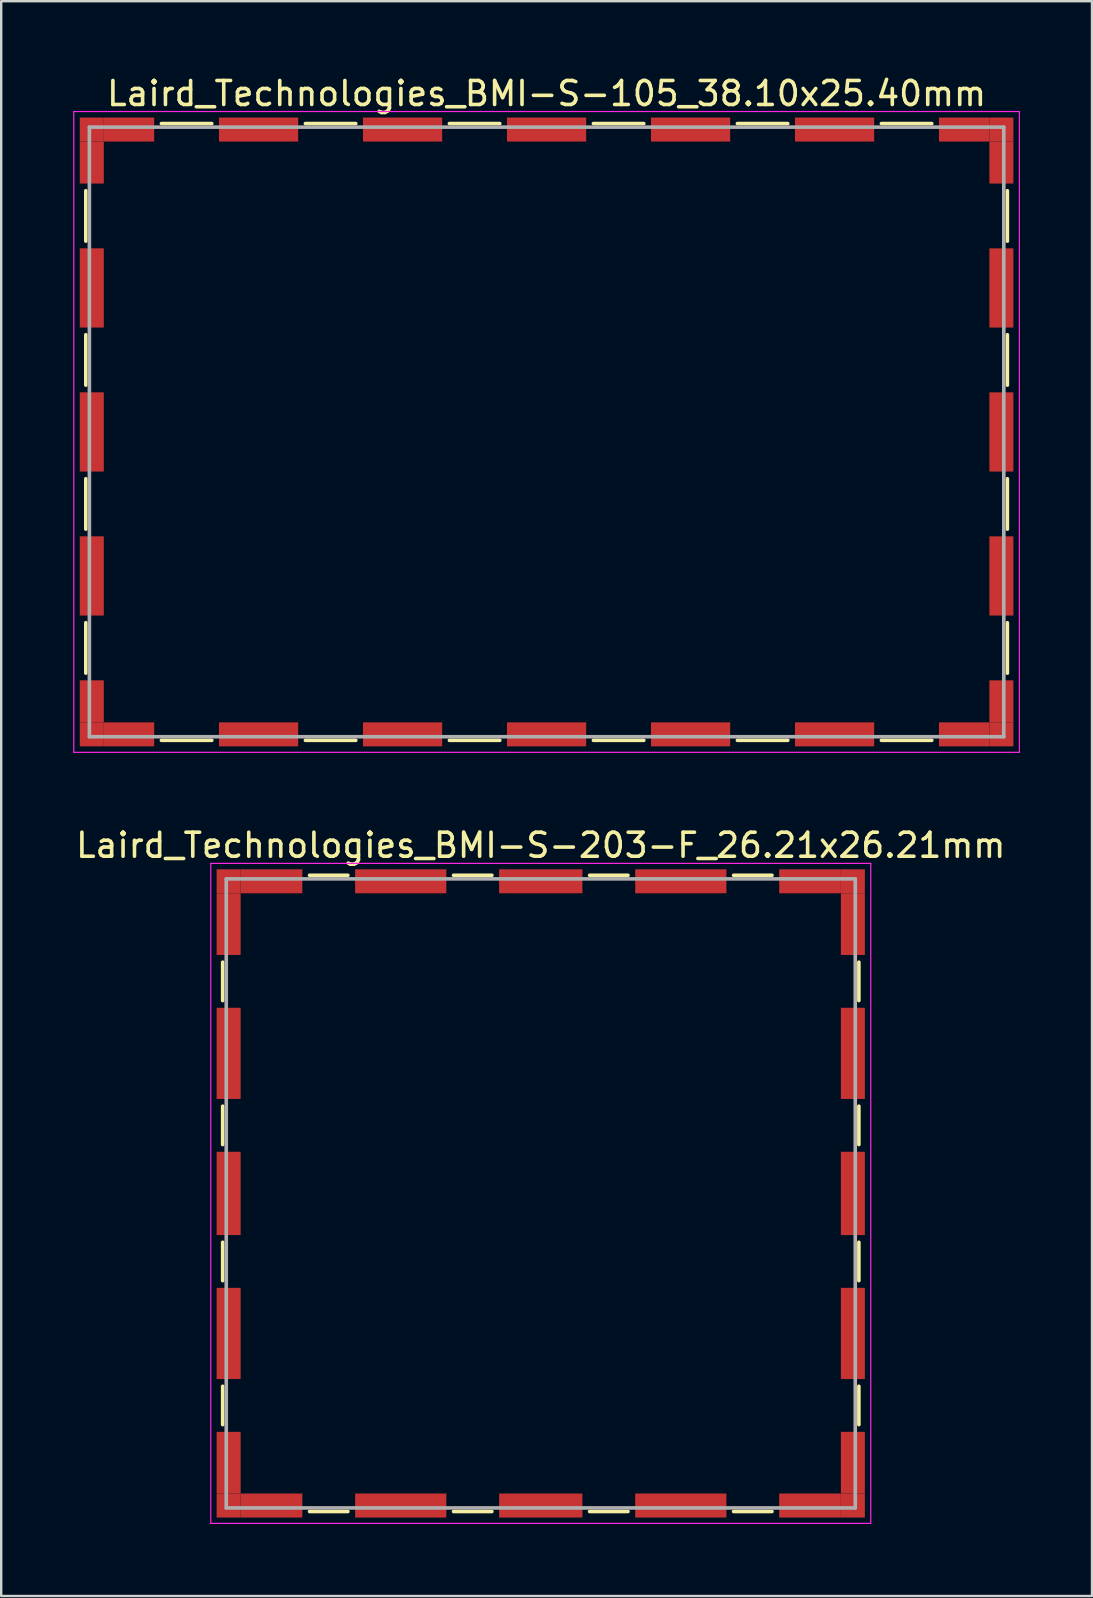
<source format=kicad_pcb>
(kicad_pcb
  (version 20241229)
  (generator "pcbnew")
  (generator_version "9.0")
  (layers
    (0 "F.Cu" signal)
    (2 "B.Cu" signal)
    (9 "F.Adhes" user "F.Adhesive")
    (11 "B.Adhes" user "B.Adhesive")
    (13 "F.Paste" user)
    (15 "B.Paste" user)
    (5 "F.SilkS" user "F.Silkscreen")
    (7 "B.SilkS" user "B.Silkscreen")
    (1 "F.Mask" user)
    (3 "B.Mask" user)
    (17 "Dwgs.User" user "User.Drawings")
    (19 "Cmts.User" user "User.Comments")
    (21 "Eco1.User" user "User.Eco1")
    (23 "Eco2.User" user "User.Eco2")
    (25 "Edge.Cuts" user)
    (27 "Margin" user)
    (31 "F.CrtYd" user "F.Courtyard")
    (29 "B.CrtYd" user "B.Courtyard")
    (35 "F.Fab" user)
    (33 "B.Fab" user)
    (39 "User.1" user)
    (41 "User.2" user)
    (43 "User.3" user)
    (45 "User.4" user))
  (footprint "Laird_Technologies_BMI-S-203-F_26.21x26.21mm"
    (layer "F.Cu")
    (at 19.482 46.676)
    (property "Reference" "Laird_Technologies_BMI-S-203-F_26.21x26.21mm" (at 0 -14.505 0) (layer "F.SilkS") (effects (font (size 1 1) (thickness 0.15))))
    (attr smd)
    (fp_line (start -13.255 -9.635) (end -13.255 -8.035) (stroke (width 0.15) (type solid)) (layer "F.SilkS"))
    (fp_line (start -13.255 -3.635) (end -13.255 -2.035) (stroke (width 0.15) (type solid)) (layer "F.SilkS"))
    (fp_line (start -13.255 2.035) (end -13.255 3.635) (stroke (width 0.15) (type solid)) (layer "F.SilkS"))
    (fp_line (start -13.255 8.035) (end -13.255 9.635) (stroke (width 0.15) (type solid)) (layer "F.SilkS"))
    (fp_line (start -9.635 -13.255) (end -8.035 -13.255) (stroke (width 0.15) (type solid)) (layer "F.SilkS"))
    (fp_line (start -9.635 13.255) (end -8.035 13.255) (stroke (width 0.15) (type solid)) (layer "F.SilkS"))
    (fp_line (start -3.635 -13.255) (end -2.035 -13.255) (stroke (width 0.15) (type solid)) (layer "F.SilkS"))
    (fp_line (start -3.635 13.255) (end -2.035 13.255) (stroke (width 0.15) (type solid)) (layer "F.SilkS"))
    (fp_line (start 2.035 -13.255) (end 3.635 -13.255) (stroke (width 0.15) (type solid)) (layer "F.SilkS"))
    (fp_line (start 2.035 13.255) (end 3.635 13.255) (stroke (width 0.15) (type solid)) (layer "F.SilkS"))
    (fp_line (start 8.035 -13.255) (end 9.635 -13.255) (stroke (width 0.15) (type solid)) (layer "F.SilkS"))
    (fp_line (start 8.035 13.255) (end 9.635 13.255) (stroke (width 0.15) (type solid)) (layer "F.SilkS"))
    (fp_line (start 13.255 -9.635) (end 13.255 -8.035) (stroke (width 0.15) (type solid)) (layer "F.SilkS"))
    (fp_line (start 13.255 -3.635) (end 13.255 -2.035) (stroke (width 0.15) (type solid)) (layer "F.SilkS"))
    (fp_line (start 13.255 2.035) (end 13.255 3.635) (stroke (width 0.15) (type solid)) (layer "F.SilkS"))
    (fp_line (start 13.255 8.035) (end 13.255 9.635) (stroke (width 0.15) (type solid)) (layer "F.SilkS"))
    (fp_line (start -13.75 -13.75) (end -13.75 13.75) (stroke (width 0.05) (type solid)) (layer "F.CrtYd"))
    (fp_line (start -13.75 13.75) (end 13.75 13.75) (stroke (width 0.05) (type solid)) (layer "F.CrtYd"))
    (fp_line (start 13.75 -13.75) (end -13.75 -13.75) (stroke (width 0.05) (type solid)) (layer "F.CrtYd"))
    (fp_line (start 13.75 13.75) (end 13.75 -13.75) (stroke (width 0.05) (type solid)) (layer "F.CrtYd"))
    (fp_line (start -13.105 -13.105) (end -13.105 13.105) (stroke (width 0.15) (type solid)) (layer "F.Fab"))
    (fp_line (start -13.105 13.105) (end 13.105 13.105) (stroke (width 0.15) (type solid)) (layer "F.Fab"))
    (fp_line (start 13.105 -13.105) (end -13.105 -13.105) (stroke (width 0.15) (type solid)) (layer "F.Fab"))
    (fp_line (start 13.105 13.105) (end 13.105 -13.105) (stroke (width 0.15) (type solid)) (layer "F.Fab"))
    (pad "1" smd rect (at -13.005 -13.005) (size 1 1) (layers "F.Cu" "F.Mask"))
    (pad "1" smd rect (at -13.005 -11.22) (size 1 2.57) (layers "F.Cu" "F.Mask"))
    (pad "1" smd rect (at -13.005 -5.835) (size 1 3.8) (layers "F.Cu" "F.Mask"))
    (pad "1" smd rect (at -13.005 0) (size 1 3.47) (layers "F.Cu" "F.Mask"))
    (pad "1" smd rect (at -13.005 5.835) (size 1 3.8) (layers "F.Cu" "F.Mask"))
    (pad "1" smd rect (at -13.005 11.22) (size 1 2.57) (layers "F.Cu" "F.Mask"))
    (pad "1" smd rect (at -13.005 13.005) (size 1 1) (layers "F.Cu" "F.Mask"))
    (pad "1" smd rect (at -11.22 -13.005) (size 2.57 1) (layers "F.Cu" "F.Mask"))
    (pad "1" smd rect (at -11.22 13.005) (size 2.57 1) (layers "F.Cu" "F.Mask"))
    (pad "1" smd rect (at -5.835 -13.005) (size 3.8 1) (layers "F.Cu" "F.Mask"))
    (pad "1" smd rect (at -5.835 13.005) (size 3.8 1) (layers "F.Cu" "F.Mask"))
    (pad "1" smd rect (at 0 -13.005) (size 3.47 1) (layers "F.Cu" "F.Mask"))
    (pad "1" smd rect (at 0 13.005) (size 3.47 1) (layers "F.Cu" "F.Mask"))
    (pad "1" smd rect (at 5.835 -13.005) (size 3.8 1) (layers "F.Cu" "F.Mask"))
    (pad "1" smd rect (at 5.835 13.005) (size 3.8 1) (layers "F.Cu" "F.Mask"))
    (pad "1" smd rect (at 11.22 -13.005) (size 2.57 1) (layers "F.Cu" "F.Mask"))
    (pad "1" smd rect (at 11.22 13.005) (size 2.57 1) (layers "F.Cu" "F.Mask"))
    (pad "1" smd rect (at 13.005 -13.005) (size 1 1) (layers "F.Cu" "F.Mask"))
    (pad "1" smd rect (at 13.005 -11.22) (size 1 2.57) (layers "F.Cu" "F.Mask"))
    (pad "1" smd rect (at 13.005 -5.835) (size 1 3.8) (layers "F.Cu" "F.Mask"))
    (pad "1" smd rect (at 13.005 0) (size 1 3.47) (layers "F.Cu" "F.Mask"))
    (pad "1" smd rect (at 13.005 5.835) (size 1 3.8) (layers "F.Cu" "F.Mask"))
    (pad "1" smd rect (at 13.005 11.22) (size 1 2.57) (layers "F.Cu" "F.Mask"))
    (pad "1" smd rect (at 13.005 13.005) (size 1 1) (layers "F.Cu" "F.Mask")))
  (footprint "Laird_Technologies_BMI-S-105_38.10x25.40mm"
    (layer "F.Cu")
    (at 19.725 14.948)
    (property "Reference" "Laird_Technologies_BMI-S-105_38.10x25.40mm" (at 0 -14.1 0) (layer "F.SilkS") (effects (font (size 1 1) (thickness 0.15))))
    (attr smd)
    (fp_line (start -19.2 -10.05) (end -19.2 -7.95) (stroke (width 0.15) (type solid)) (layer "F.SilkS"))
    (fp_line (start -19.2 -4.05) (end -19.2 -1.95) (stroke (width 0.15) (type solid)) (layer "F.SilkS"))
    (fp_line (start -19.2 1.95) (end -19.2 4.05) (stroke (width 0.15) (type solid)) (layer "F.SilkS"))
    (fp_line (start -19.2 7.95) (end -19.2 10.05) (stroke (width 0.15) (type solid)) (layer "F.SilkS"))
    (fp_line (start -16.05 -12.85) (end -13.95 -12.85) (stroke (width 0.15) (type solid)) (layer "F.SilkS"))
    (fp_line (start -16.05 12.85) (end -13.95 12.85) (stroke (width 0.15) (type solid)) (layer "F.SilkS"))
    (fp_line (start -10.05 -12.85) (end -7.95 -12.85) (stroke (width 0.15) (type solid)) (layer "F.SilkS"))
    (fp_line (start -10.05 12.85) (end -7.95 12.85) (stroke (width 0.15) (type solid)) (layer "F.SilkS"))
    (fp_line (start -4.05 -12.85) (end -1.95 -12.85) (stroke (width 0.15) (type solid)) (layer "F.SilkS"))
    (fp_line (start -4.05 12.85) (end -1.95 12.85) (stroke (width 0.15) (type solid)) (layer "F.SilkS"))
    (fp_line (start 1.95 -12.85) (end 4.05 -12.85) (stroke (width 0.15) (type solid)) (layer "F.SilkS"))
    (fp_line (start 1.95 12.85) (end 4.05 12.85) (stroke (width 0.15) (type solid)) (layer "F.SilkS"))
    (fp_line (start 7.95 -12.85) (end 10.05 -12.85) (stroke (width 0.15) (type solid)) (layer "F.SilkS"))
    (fp_line (start 7.95 12.85) (end 10.05 12.85) (stroke (width 0.15) (type solid)) (layer "F.SilkS"))
    (fp_line (start 13.95 -12.85) (end 16.05 -12.85) (stroke (width 0.15) (type solid)) (layer "F.SilkS"))
    (fp_line (start 13.95 12.85) (end 16.05 12.85) (stroke (width 0.15) (type solid)) (layer "F.SilkS"))
    (fp_line (start 19.2 -10.05) (end 19.2 -7.95) (stroke (width 0.15) (type solid)) (layer "F.SilkS"))
    (fp_line (start 19.2 -4.05) (end 19.2 -1.95) (stroke (width 0.15) (type solid)) (layer "F.SilkS"))
    (fp_line (start 19.2 1.95) (end 19.2 4.05) (stroke (width 0.15) (type solid)) (layer "F.SilkS"))
    (fp_line (start 19.2 7.95) (end 19.2 10.05) (stroke (width 0.15) (type solid)) (layer "F.SilkS"))
    (fp_line (start -19.7 -13.35) (end -19.7 13.35) (stroke (width 0.05) (type solid)) (layer "F.CrtYd"))
    (fp_line (start -19.7 13.35) (end 19.7 13.35) (stroke (width 0.05) (type solid)) (layer "F.CrtYd"))
    (fp_line (start 19.7 -13.35) (end -19.7 -13.35) (stroke (width 0.05) (type solid)) (layer "F.CrtYd"))
    (fp_line (start 19.7 13.35) (end 19.7 -13.35) (stroke (width 0.05) (type solid)) (layer "F.CrtYd"))
    (fp_line (start -19.05 -12.7) (end -19.05 12.7) (stroke (width 0.15) (type solid)) (layer "F.Fab"))
    (fp_line (start -19.05 12.7) (end 19.05 12.7) (stroke (width 0.15) (type solid)) (layer "F.Fab"))
    (fp_line (start 19.05 -12.7) (end -19.05 -12.7) (stroke (width 0.15) (type solid)) (layer "F.Fab"))
    (fp_line (start 19.05 12.7) (end 19.05 -12.7) (stroke (width 0.15) (type solid)) (layer "F.Fab"))
    (pad "1" smd rect (at -18.95 -12.6) (size 1 1) (layers "F.Cu" "F.Mask"))
    (pad "1" smd rect (at -18.95 -11.225) (size 1 1.75) (layers "F.Cu" "F.Mask"))
    (pad "1" smd rect (at -18.95 -6) (size 1 3.3) (layers "F.Cu" "F.Mask"))
    (pad "1" smd rect (at -18.95 0) (size 1 3.3) (layers "F.Cu" "F.Mask"))
    (pad "1" smd rect (at -18.95 6) (size 1 3.3) (layers "F.Cu" "F.Mask"))
    (pad "1" smd rect (at -18.95 11.225) (size 1 1.75) (layers "F.Cu" "F.Mask"))
    (pad "1" smd rect (at -18.95 12.6) (size 1 1) (layers "F.Cu" "F.Mask"))
    (pad "1" smd rect (at -17.4 -12.6) (size 2.1 1) (layers "F.Cu" "F.Mask"))
    (pad "1" smd rect (at -17.4 12.6) (size 2.1 1) (layers "F.Cu" "F.Mask"))
    (pad "1" smd rect (at -12 -12.6) (size 3.3 1) (layers "F.Cu" "F.Mask"))
    (pad "1" smd rect (at -12 12.6) (size 3.3 1) (layers "F.Cu" "F.Mask"))
    (pad "1" smd rect (at -6 -12.6) (size 3.3 1) (layers "F.Cu" "F.Mask"))
    (pad "1" smd rect (at -6 12.6) (size 3.3 1) (layers "F.Cu" "F.Mask"))
    (pad "1" smd rect (at 0 -12.6) (size 3.3 1) (layers "F.Cu" "F.Mask"))
    (pad "1" smd rect (at 0 12.6) (size 3.3 1) (layers "F.Cu" "F.Mask"))
    (pad "1" smd rect (at 6 -12.6) (size 3.3 1) (layers "F.Cu" "F.Mask"))
    (pad "1" smd rect (at 6 12.6) (size 3.3 1) (layers "F.Cu" "F.Mask"))
    (pad "1" smd rect (at 12 -12.6) (size 3.3 1) (layers "F.Cu" "F.Mask"))
    (pad "1" smd rect (at 12 12.6) (size 3.3 1) (layers "F.Cu" "F.Mask"))
    (pad "1" smd rect (at 17.4 -12.6) (size 2.1 1) (layers "F.Cu" "F.Mask"))
    (pad "1" smd rect (at 17.4 12.6) (size 2.1 1) (layers "F.Cu" "F.Mask"))
    (pad "1" smd rect (at 18.95 -12.6) (size 1 1) (layers "F.Cu" "F.Mask"))
    (pad "1" smd rect (at 18.95 -11.225) (size 1 1.75) (layers "F.Cu" "F.Mask"))
    (pad "1" smd rect (at 18.95 -6) (size 1 3.3) (layers "F.Cu" "F.Mask"))
    (pad "1" smd rect (at 18.95 0) (size 1 3.3) (layers "F.Cu" "F.Mask"))
    (pad "1" smd rect (at 18.95 6) (size 1 3.3) (layers "F.Cu" "F.Mask"))
    (pad "1" smd rect (at 18.95 11.225) (size 1 1.75) (layers "F.Cu" "F.Mask"))
    (pad "1" smd rect (at 18.95 12.6) (size 1 1) (layers "F.Cu" "F.Mask")))
  (gr_rect
    (start -3 -3)
    (end 42.45 63.452)
    (stroke (width 0.1) (type default))
    (fill no)
    (layer "Edge.Cuts")))
</source>
